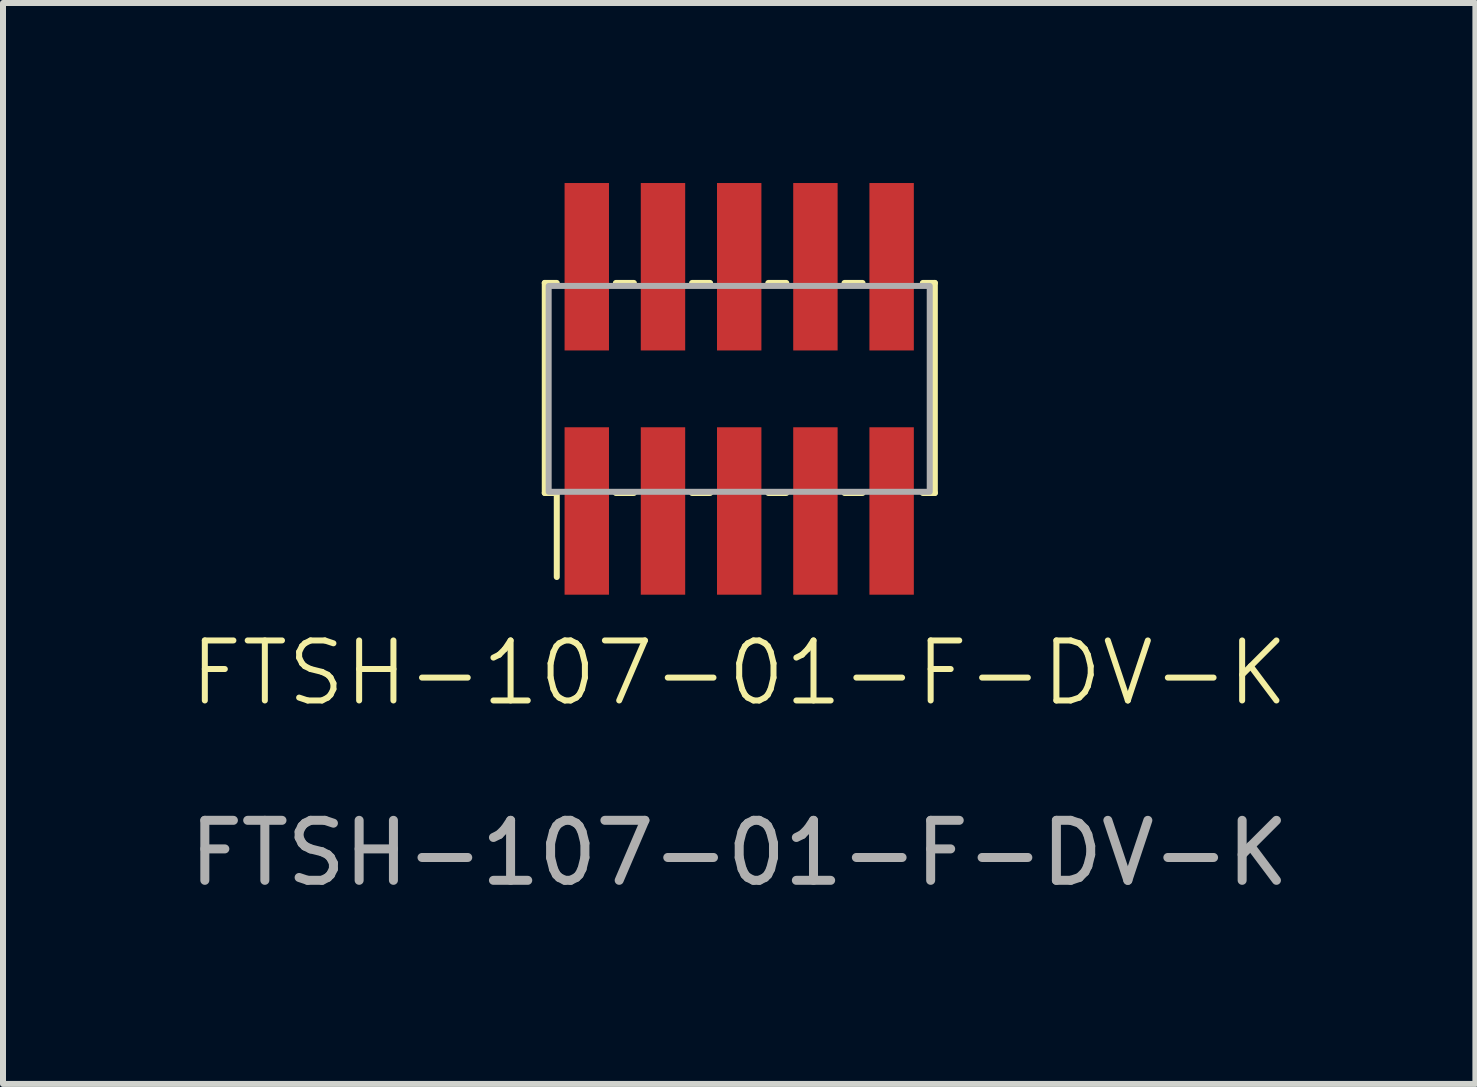
<source format=kicad_pcb>
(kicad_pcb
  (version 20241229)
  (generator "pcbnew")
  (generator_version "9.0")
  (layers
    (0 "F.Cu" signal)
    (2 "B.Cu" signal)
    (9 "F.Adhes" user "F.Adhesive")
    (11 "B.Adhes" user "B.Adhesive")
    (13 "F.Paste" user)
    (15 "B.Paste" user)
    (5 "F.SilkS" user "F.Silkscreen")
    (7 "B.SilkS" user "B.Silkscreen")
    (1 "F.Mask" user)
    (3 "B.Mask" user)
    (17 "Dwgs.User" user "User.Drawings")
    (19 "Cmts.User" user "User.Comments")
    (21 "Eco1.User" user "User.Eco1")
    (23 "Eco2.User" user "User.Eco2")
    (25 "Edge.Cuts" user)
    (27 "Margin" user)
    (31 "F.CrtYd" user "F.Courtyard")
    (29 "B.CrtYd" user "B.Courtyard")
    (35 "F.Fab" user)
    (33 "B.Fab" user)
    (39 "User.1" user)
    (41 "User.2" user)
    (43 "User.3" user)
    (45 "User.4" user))
  (footprint "FTSH-107-01-F-DV-K"
    (layer "F.Cu")
    (at 6.728 5.465)
    (property "Reference" "FTSH-107-01-F-DV-K" (at 2.54 2.7 0) (unlocked yes) (layer "F.SilkS") (effects (font (size 1 1) (thickness 0.1))))
    (attr smd)
    (fp_line (start -0.7 -3.8) (end -0.7 -0.3) (stroke (width 0.1) (type default)) (layer "F.SilkS"))
    (fp_line (start -0.7 -0.3) (end -0.5 -0.3) (stroke (width 0.1) (type default)) (layer "F.SilkS"))
    (fp_line (start -0.5 -3.8) (end -0.7 -3.8) (stroke (width 0.1) (type default)) (layer "F.SilkS"))
    (fp_line (start -0.5 -0.3) (end -0.5 1.1) (stroke (width 0.1) (type default)) (layer "F.SilkS"))
    (fp_line (start 0.485 -3.8) (end 0.785 -3.8) (stroke (width 0.1) (type default)) (layer "F.SilkS"))
    (fp_line (start 0.485 -0.3) (end 0.785 -0.3) (stroke (width 0.1) (type default)) (layer "F.SilkS"))
    (fp_line (start 1.755 -3.8) (end 2.055 -3.8) (stroke (width 0.1) (type default)) (layer "F.SilkS"))
    (fp_line (start 1.755 -0.3) (end 2.055 -0.3) (stroke (width 0.1) (type default)) (layer "F.SilkS"))
    (fp_line (start 3.025 -3.8) (end 3.325 -3.8) (stroke (width 0.1) (type default)) (layer "F.SilkS"))
    (fp_line (start 3.025 -0.3) (end 3.325 -0.3) (stroke (width 0.1) (type default)) (layer "F.SilkS"))
    (fp_line (start 4.295 -3.8) (end 4.595 -3.8) (stroke (width 0.1) (type default)) (layer "F.SilkS"))
    (fp_line (start 4.295 -0.3) (end 4.595 -0.3) (stroke (width 0.1) (type default)) (layer "F.SilkS"))
    (fp_line (start 5.6 -3.8) (end 5.8 -3.8) (stroke (width 0.1) (type default)) (layer "F.SilkS"))
    (fp_line (start 5.8 -3.8) (end 5.8 -0.3) (stroke (width 0.1) (type default)) (layer "F.SilkS"))
    (fp_line (start 5.8 -0.3) (end 5.6 -0.3) (stroke (width 0.1) (type default)) (layer "F.SilkS"))
    (fp_rect (start -0.635 -0.32) (end 5.715 -3.75) (stroke (width 0.1) (type default)) (fill no) (layer "F.Fab"))
    (fp_text user "${REFERENCE}" (at 2.54 5.7 0) (unlocked yes) (layer "F.Fab") (effects (font (size 1 1) (thickness 0.15))))
    (pad "1" smd rect (at 0 0) (size 0.74 2.79) (layers "F.Cu" "F.Mask" "F.Paste"))
    (pad "2" smd rect (at 0 -4.07) (size 0.74 2.79) (layers "F.Cu" "F.Mask" "F.Paste"))
    (pad "3" smd rect (at 1.27 0) (size 0.74 2.79) (layers "F.Cu" "F.Mask" "F.Paste"))
    (pad "4" smd rect (at 1.27 -4.07) (size 0.74 2.79) (layers "F.Cu" "F.Mask" "F.Paste"))
    (pad "5" smd rect (at 2.54 0) (size 0.74 2.79) (layers "F.Cu" "F.Mask" "F.Paste"))
    (pad "6" smd rect (at 2.54 -4.07) (size 0.74 2.79) (layers "F.Cu" "F.Mask" "F.Paste"))
    (pad "7" smd rect (at 3.81 0) (size 0.74 2.79) (layers "F.Cu" "F.Mask" "F.Paste"))
    (pad "8" smd rect (at 3.81 -4.07) (size 0.74 2.79) (layers "F.Cu" "F.Mask" "F.Paste"))
    (pad "9" smd rect (at 5.08 0) (size 0.74 2.79) (layers "F.Cu" "F.Mask" "F.Paste"))
    (pad "10" smd rect (at 5.08 -4.07) (size 0.74 2.79) (layers "F.Cu" "F.Mask" "F.Paste")))
  (gr_rect
    (start -3 -3)
    (end 21.536 15.013)
    (stroke (width 0.1) (type default))
    (fill no)
    (layer "Edge.Cuts")))
</source>
